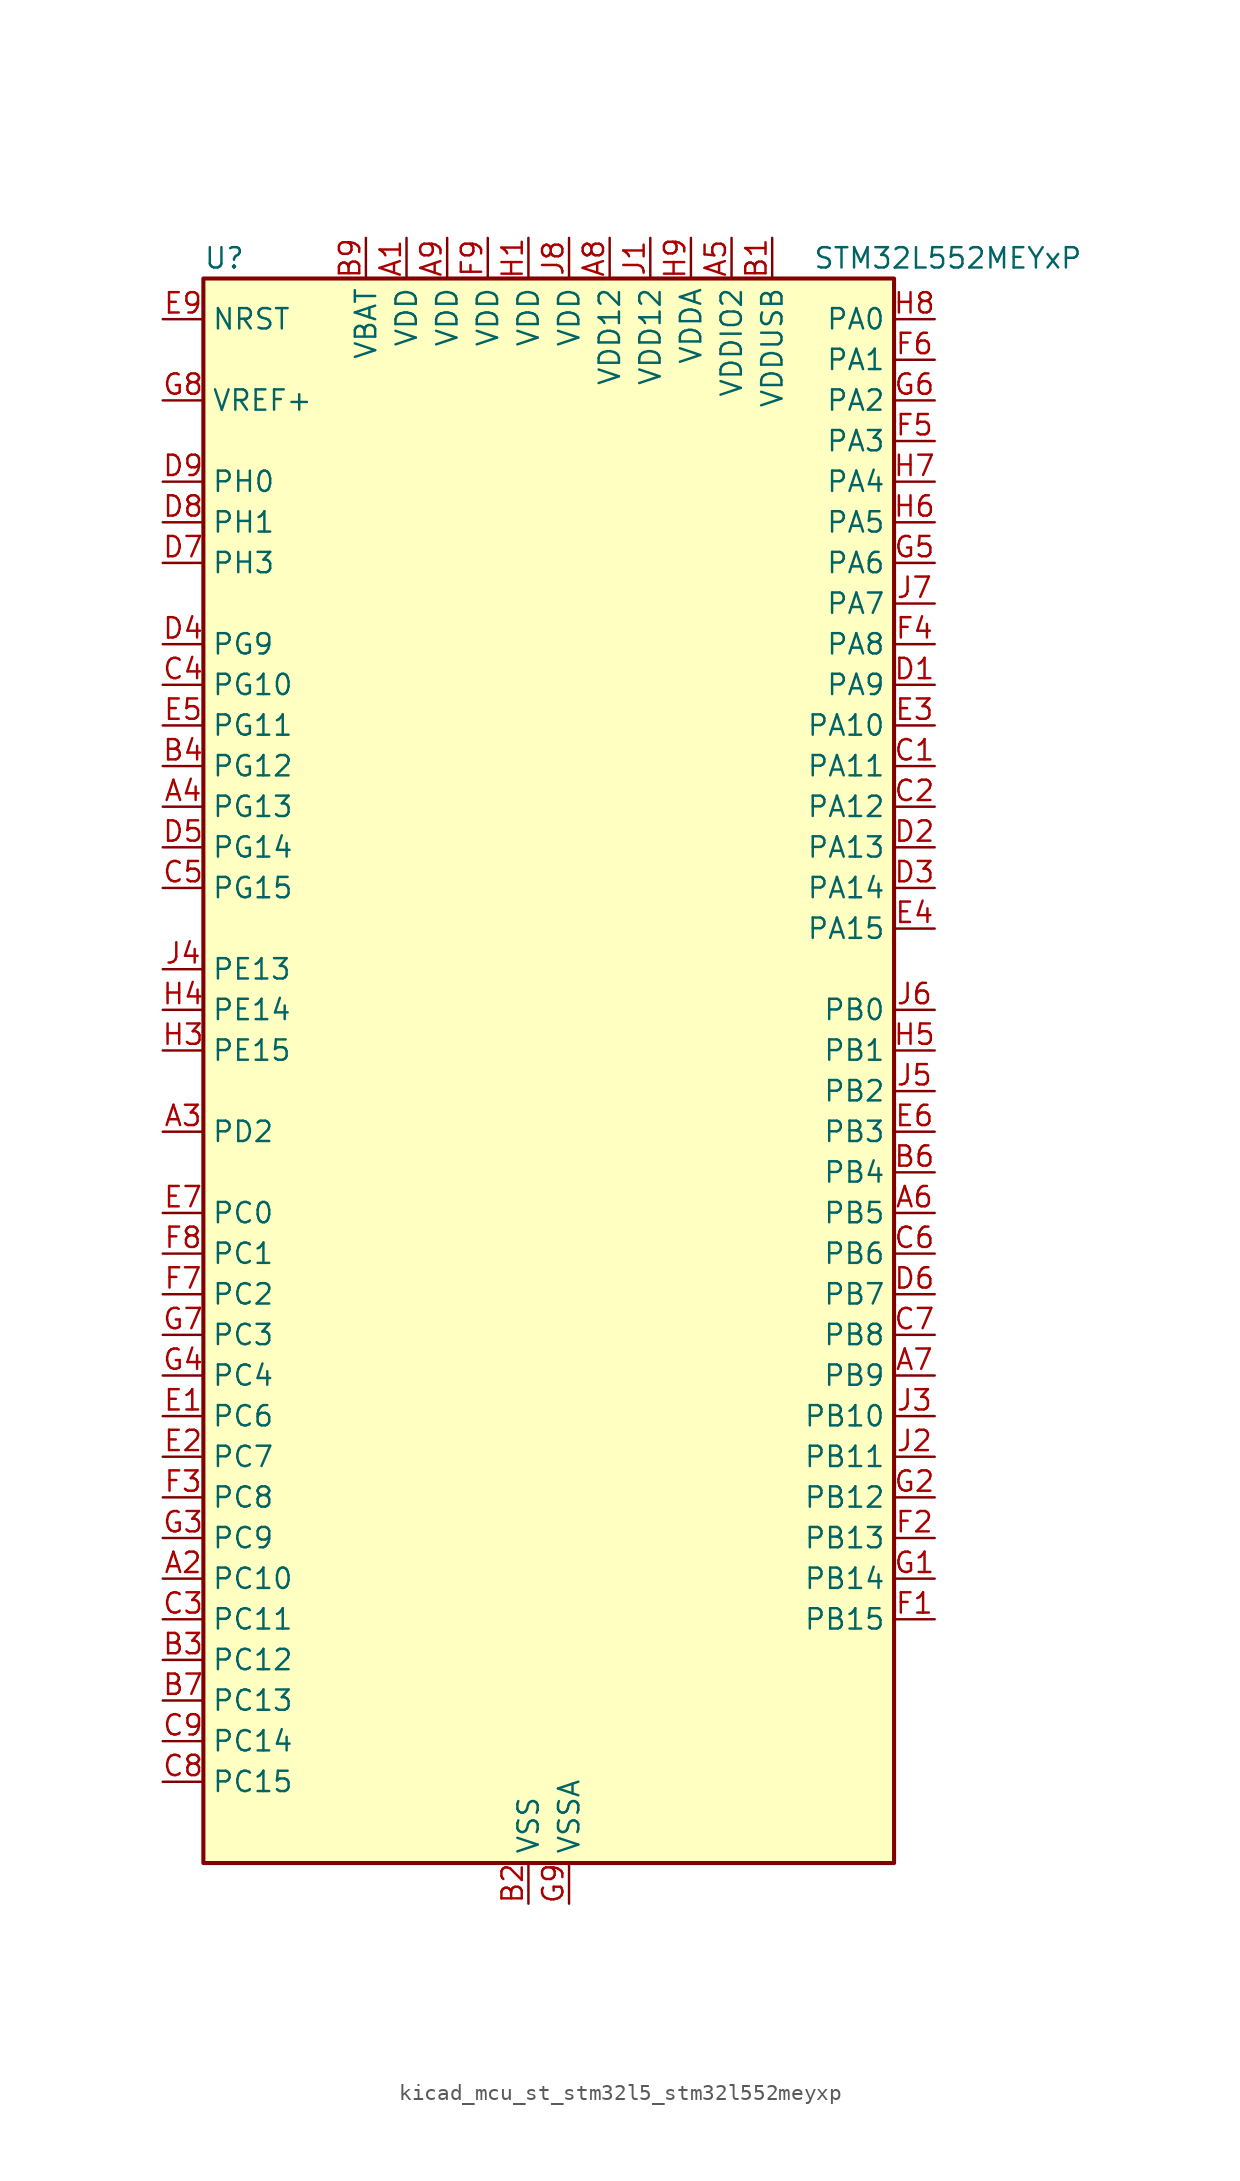
<source format=kicad_sym>
(kicad_symbol_lib
  (version 20220914)
  (generator kicad_symbol_editor)
  (symbol "kicad_mcu_st_stm32l5_stm32l552meyxp"
    (property "Reference" "U"
      (at -20.32 52.07 0)
      (effects (font (size 1.27 1.27)) (justify left)))
    (property "Value" "STM32L552MEYxP"
      (at 17.78 52.07 0)
      (effects (font (size 1.27 1.27)) (justify left)))
    (property "ki_locked" ""
      (at 0 0 0)
      (effects (font (size 1.27 1.27))))
    (symbol "kicad_mcu_st_stm32l5_stm32l552meyxp_0_1"
      (rectangle (start -20.32 -48.26) (end 22.86 50.8) (stroke (width 0.254) (type default)) (fill (type background))))
    (symbol "kicad_mcu_st_stm32l5_stm32l552meyxp_1_1"
      (pin power_in line (at -7.62 53.34 270) (length 2.54) (name "VDD" (effects (font (size 1.27 1.27)))) (number "A1" (effects (font (size 1.27 1.27)))))
      (pin bidirectional line (at -22.86 -30.48 0) (length 2.54) (name "PC10" (effects (font (size 1.27 1.27)))) (number "A2" (effects (font (size 1.27 1.27)))) (alternate "DEBUG_TRACED1" bidirectional line) (alternate "LPTIM3_ETR" bidirectional line) (alternate "SAI2_SCK_B" bidirectional line) (alternate "SDMMC1_D2" bidirectional line) (alternate "SPI3_SCK" bidirectional line) (alternate "TSC_G3_IO2" bidirectional line) (alternate "UART4_TX" bidirectional line) (alternate "USART3_TX" bidirectional line))
      (pin bidirectional line (at -22.86 -2.54 0) (length 2.54) (name "PD2" (effects (font (size 1.27 1.27)))) (number "A3" (effects (font (size 1.27 1.27)))) (alternate "DEBUG_TRACED2" bidirectional line) (alternate "SDMMC1_CMD" bidirectional line) (alternate "TIM3_ETR" bidirectional line) (alternate "TSC_SYNC" bidirectional line) (alternate "UART5_RX" bidirectional line) (alternate "USART3_DE" bidirectional line) (alternate "USART3_RTS" bidirectional line))
      (pin bidirectional line (at -22.86 17.78 0) (length 2.54) (name "PG13" (effects (font (size 1.27 1.27)))) (number "A4" (effects (font (size 1.27 1.27)))) (alternate "I2C1_SDA" bidirectional line) (alternate "USART1_CK" bidirectional line))
      (pin power_in line (at 12.7 53.34 270) (length 2.54) (name "VDDIO2" (effects (font (size 1.27 1.27)))) (number "A5" (effects (font (size 1.27 1.27)))))
      (pin bidirectional line (at 25.4 -7.62 180) (length 2.54) (name "PB5" (effects (font (size 1.27 1.27)))) (number "A6" (effects (font (size 1.27 1.27)))) (alternate "COMP2_OUT" bidirectional line) (alternate "I2C1_SMBA" bidirectional line) (alternate "LPTIM1_IN1" bidirectional line) (alternate "OCTOSPI1_NCLK" bidirectional line) (alternate "SAI1_SD_B" bidirectional line) (alternate "SPI1_MOSI" bidirectional line) (alternate "SPI3_MOSI" bidirectional line) (alternate "TIM16_BKIN" bidirectional line) (alternate "TIM3_CH2" bidirectional line) (alternate "TSC_G2_IO2" bidirectional line) (alternate "UART5_CTS" bidirectional line) (alternate "UCPD1_DBCC1" bidirectional line) (alternate "USART1_CK" bidirectional line))
      (pin bidirectional line (at 25.4 -17.78 180) (length 2.54) (name "PB9" (effects (font (size 1.27 1.27)))) (number "A7" (effects (font (size 1.27 1.27)))) (alternate "DAC1_EXTI9" bidirectional line) (alternate "FDCAN1_TX" bidirectional line) (alternate "I2C1_SDA" bidirectional line) (alternate "IR_OUT" bidirectional line) (alternate "SAI1_D2" bidirectional line) (alternate "SAI1_FS_A" bidirectional line) (alternate "SDMMC1_CDIR" bidirectional line) (alternate "SDMMC1_D5" bidirectional line) (alternate "SPI2_NSS" bidirectional line) (alternate "TIM17_CH1" bidirectional line) (alternate "TIM4_CH4" bidirectional line))
      (pin power_in line (at 5.08 53.34 270) (length 2.54) (name "VDD12" (effects (font (size 1.27 1.27)))) (number "A8" (effects (font (size 1.27 1.27)))))
      (pin power_in line (at -5.08 53.34 270) (length 2.54) (name "VDD" (effects (font (size 1.27 1.27)))) (number "A9" (effects (font (size 1.27 1.27)))))
      (pin power_in line (at 15.24 53.34 270) (length 2.54) (name "VDDUSB" (effects (font (size 1.27 1.27)))) (number "B1" (effects (font (size 1.27 1.27)))))
      (pin power_in line (at 0 -50.8 90) (length 2.54) (name "VSS" (effects (font (size 1.27 1.27)))) (number "B2" (effects (font (size 1.27 1.27)))))
      (pin bidirectional line (at -22.86 -35.56 0) (length 2.54) (name "PC12" (effects (font (size 1.27 1.27)))) (number "B3" (effects (font (size 1.27 1.27)))) (alternate "DEBUG_TRACED3" bidirectional line) (alternate "SAI2_SD_B" bidirectional line) (alternate "SDMMC1_CK" bidirectional line) (alternate "SPI3_MOSI" bidirectional line) (alternate "TSC_G3_IO4" bidirectional line) (alternate "UART5_TX" bidirectional line) (alternate "USART3_CK" bidirectional line))
      (pin bidirectional line (at -22.86 20.32 0) (length 2.54) (name "PG12" (effects (font (size 1.27 1.27)))) (number "B4" (effects (font (size 1.27 1.27)))) (alternate "LPTIM1_ETR" bidirectional line) (alternate "SAI2_SD_A" bidirectional line) (alternate "SPI3_NSS" bidirectional line) (alternate "USART1_DE" bidirectional line) (alternate "USART1_RTS" bidirectional line))
      (pin passive line (at 0 -50.8 90) (length 2.54) hide (name "VSS" (effects (font (size 1.27 1.27)))) (number "B5" (effects (font (size 1.27 1.27)))))
      (pin bidirectional line (at 25.4 -5.08 180) (length 2.54) (name "PB4" (effects (font (size 1.27 1.27)))) (number "B6" (effects (font (size 1.27 1.27)))) (alternate "COMP2_INP" bidirectional line) (alternate "DEBUG_JTRST" bidirectional line) (alternate "I2C3_SDA" bidirectional line) (alternate "SAI1_MCLK_B" bidirectional line) (alternate "SPI1_MISO" bidirectional line) (alternate "SPI3_MISO" bidirectional line) (alternate "TIM17_BKIN" bidirectional line) (alternate "TIM3_CH1" bidirectional line) (alternate "TSC_G2_IO1" bidirectional line) (alternate "UART5_DE" bidirectional line) (alternate "UART5_RTS" bidirectional line) (alternate "USART1_CTS" bidirectional line) (alternate "USART1_NSS" bidirectional line))
      (pin bidirectional line (at -22.86 -38.1 0) (length 2.54) (name "PC13" (effects (font (size 1.27 1.27)))) (number "B7" (effects (font (size 1.27 1.27)))) (alternate "PWR_WKUP2" bidirectional line) (alternate "RTC_OUT1" bidirectional line) (alternate "RTC_TS" bidirectional line) (alternate "TAMP_IN1" bidirectional line) (alternate "TAMP_OUT2" bidirectional line))
      (pin passive line (at 0 -50.8 90) (length 2.54) hide (name "VSS" (effects (font (size 1.27 1.27)))) (number "B8" (effects (font (size 1.27 1.27)))))
      (pin power_in line (at -10.16 53.34 270) (length 2.54) (name "VBAT" (effects (font (size 1.27 1.27)))) (number "B9" (effects (font (size 1.27 1.27)))))
      (pin bidirectional line (at 25.4 20.32 180) (length 2.54) (name "PA11" (effects (font (size 1.27 1.27)))) (number "C1" (effects (font (size 1.27 1.27)))) (alternate "ADC1_EXTI11" bidirectional line) (alternate "ADC2_EXTI11" bidirectional line) (alternate "FDCAN1_RX" bidirectional line) (alternate "SPI1_MISO" bidirectional line) (alternate "TIM1_BKIN2" bidirectional line) (alternate "TIM1_CH4" bidirectional line) (alternate "USART1_CTS" bidirectional line) (alternate "USART1_NSS" bidirectional line) (alternate "USB_DM" bidirectional line))
      (pin bidirectional line (at 25.4 17.78 180) (length 2.54) (name "PA12" (effects (font (size 1.27 1.27)))) (number "C2" (effects (font (size 1.27 1.27)))) (alternate "FDCAN1_TX" bidirectional line) (alternate "SPI1_MOSI" bidirectional line) (alternate "TIM1_ETR" bidirectional line) (alternate "USART1_DE" bidirectional line) (alternate "USART1_RTS" bidirectional line) (alternate "USB_DP" bidirectional line))
      (pin bidirectional line (at -22.86 -33.02 0) (length 2.54) (name "PC11" (effects (font (size 1.27 1.27)))) (number "C3" (effects (font (size 1.27 1.27)))) (alternate "ADC1_EXTI11" bidirectional line) (alternate "ADC2_EXTI11" bidirectional line) (alternate "LPTIM3_IN1" bidirectional line) (alternate "OCTOSPI1_NCS" bidirectional line) (alternate "SAI2_MCLK_B" bidirectional line) (alternate "SDMMC1_D3" bidirectional line) (alternate "SPI3_MISO" bidirectional line) (alternate "TSC_G3_IO3" bidirectional line) (alternate "UART4_RX" bidirectional line) (alternate "UCPD1_FRSTX2" bidirectional line) (alternate "USART3_RX" bidirectional line))
      (pin bidirectional line (at -22.86 25.4 0) (length 2.54) (name "PG10" (effects (font (size 1.27 1.27)))) (number "C4" (effects (font (size 1.27 1.27)))) (alternate "LPTIM1_IN1" bidirectional line) (alternate "SAI2_FS_A" bidirectional line) (alternate "SPI3_MISO" bidirectional line) (alternate "TIM15_CH1" bidirectional line) (alternate "USART1_RX" bidirectional line))
      (pin bidirectional line (at -22.86 12.7 0) (length 2.54) (name "PG15" (effects (font (size 1.27 1.27)))) (number "C5" (effects (font (size 1.27 1.27)))) (alternate "ADC1_EXTI15" bidirectional line) (alternate "ADC2_EXTI15" bidirectional line) (alternate "I2C1_SMBA" bidirectional line) (alternate "LPTIM1_OUT" bidirectional line))
      (pin bidirectional line (at 25.4 -10.16 180) (length 2.54) (name "PB6" (effects (font (size 1.27 1.27)))) (number "C6" (effects (font (size 1.27 1.27)))) (alternate "COMP2_INP" bidirectional line) (alternate "I2C1_SCL" bidirectional line) (alternate "I2C4_SCL" bidirectional line) (alternate "LPTIM1_ETR" bidirectional line) (alternate "SAI1_FS_B" bidirectional line) (alternate "TIM16_CH1N" bidirectional line) (alternate "TIM4_CH1" bidirectional line) (alternate "TIM8_BKIN2" bidirectional line) (alternate "TSC_G2_IO3" bidirectional line) (alternate "USART1_TX" bidirectional line))
      (pin bidirectional line (at 25.4 -15.24 180) (length 2.54) (name "PB8" (effects (font (size 1.27 1.27)))) (number "C7" (effects (font (size 1.27 1.27)))) (alternate "DFSDM1_CKOUT" bidirectional line) (alternate "FDCAN1_RX" bidirectional line) (alternate "I2C1_SCL" bidirectional line) (alternate "SAI1_CK1" bidirectional line) (alternate "SAI1_MCLK_A" bidirectional line) (alternate "SDMMC1_CKIN" bidirectional line) (alternate "SDMMC1_D4" bidirectional line) (alternate "TIM16_CH1" bidirectional line) (alternate "TIM4_CH3" bidirectional line))
      (pin bidirectional line (at -22.86 -43.18 0) (length 2.54) (name "PC15" (effects (font (size 1.27 1.27)))) (number "C8" (effects (font (size 1.27 1.27)))) (alternate "ADC1_EXTI15" bidirectional line) (alternate "ADC2_EXTI15" bidirectional line) (alternate "RCC_OSC32_OUT" bidirectional line))
      (pin bidirectional line (at -22.86 -40.64 0) (length 2.54) (name "PC14" (effects (font (size 1.27 1.27)))) (number "C9" (effects (font (size 1.27 1.27)))) (alternate "RCC_OSC32_IN" bidirectional line))
      (pin bidirectional line (at 25.4 25.4 180) (length 2.54) (name "PA9" (effects (font (size 1.27 1.27)))) (number "D1" (effects (font (size 1.27 1.27)))) (alternate "DAC1_EXTI9" bidirectional line) (alternate "SAI1_FS_A" bidirectional line) (alternate "SPI2_SCK" bidirectional line) (alternate "TIM15_BKIN" bidirectional line) (alternate "TIM1_CH2" bidirectional line) (alternate "USART1_TX" bidirectional line))
      (pin bidirectional line (at 25.4 15.24 180) (length 2.54) (name "PA13" (effects (font (size 1.27 1.27)))) (number "D2" (effects (font (size 1.27 1.27)))) (alternate "DEBUG_JTMS-SWDIO" bidirectional line) (alternate "IR_OUT" bidirectional line) (alternate "SAI1_SD_B" bidirectional line) (alternate "USB_NOE" bidirectional line))
      (pin bidirectional line (at 25.4 12.7 180) (length 2.54) (name "PA14" (effects (font (size 1.27 1.27)))) (number "D3" (effects (font (size 1.27 1.27)))) (alternate "DEBUG_JTCK-SWCLK" bidirectional line) (alternate "I2C1_SMBA" bidirectional line) (alternate "I2C4_SMBA" bidirectional line) (alternate "LPTIM1_OUT" bidirectional line) (alternate "SAI1_FS_B" bidirectional line))
      (pin bidirectional line (at -22.86 27.94 0) (length 2.54) (name "PG9" (effects (font (size 1.27 1.27)))) (number "D4" (effects (font (size 1.27 1.27)))) (alternate "DAC1_EXTI9" bidirectional line) (alternate "SAI2_SCK_A" bidirectional line) (alternate "SPI3_SCK" bidirectional line) (alternate "TIM15_CH1N" bidirectional line) (alternate "USART1_TX" bidirectional line))
      (pin bidirectional line (at -22.86 15.24 0) (length 2.54) (name "PG14" (effects (font (size 1.27 1.27)))) (number "D5" (effects (font (size 1.27 1.27)))) (alternate "I2C1_SCL" bidirectional line))
      (pin bidirectional line (at 25.4 -12.7 180) (length 2.54) (name "PB7" (effects (font (size 1.27 1.27)))) (number "D6" (effects (font (size 1.27 1.27)))) (alternate "COMP2_INM" bidirectional line) (alternate "I2C1_SDA" bidirectional line) (alternate "I2C4_SDA" bidirectional line) (alternate "LPTIM1_IN2" bidirectional line) (alternate "PWR_PVD_IN" bidirectional line) (alternate "TIM17_CH1N" bidirectional line) (alternate "TIM4_CH2" bidirectional line) (alternate "TIM8_BKIN" bidirectional line) (alternate "TSC_G2_IO4" bidirectional line) (alternate "UART4_CTS" bidirectional line) (alternate "USART1_RX" bidirectional line))
      (pin bidirectional line (at -22.86 33.02 0) (length 2.54) (name "PH3" (effects (font (size 1.27 1.27)))) (number "D7" (effects (font (size 1.27 1.27)))))
      (pin bidirectional line (at -22.86 35.56 0) (length 2.54) (name "PH1" (effects (font (size 1.27 1.27)))) (number "D8" (effects (font (size 1.27 1.27)))) (alternate "RCC_OSC_OUT" bidirectional line))
      (pin bidirectional line (at -22.86 38.1 0) (length 2.54) (name "PH0" (effects (font (size 1.27 1.27)))) (number "D9" (effects (font (size 1.27 1.27)))) (alternate "RCC_OSC_IN" bidirectional line))
      (pin bidirectional line (at -22.86 -20.32 0) (length 2.54) (name "PC6" (effects (font (size 1.27 1.27)))) (number "E1" (effects (font (size 1.27 1.27)))) (alternate "DFSDM1_CKIN3" bidirectional line) (alternate "SAI2_MCLK_A" bidirectional line) (alternate "SDMMC1_D0DIR" bidirectional line) (alternate "SDMMC1_D6" bidirectional line) (alternate "TIM3_CH1" bidirectional line) (alternate "TIM8_CH1" bidirectional line) (alternate "TSC_G4_IO1" bidirectional line))
      (pin bidirectional line (at -22.86 -22.86 0) (length 2.54) (name "PC7" (effects (font (size 1.27 1.27)))) (number "E2" (effects (font (size 1.27 1.27)))) (alternate "DFSDM1_DATIN3" bidirectional line) (alternate "SAI2_MCLK_B" bidirectional line) (alternate "SDMMC1_D123DIR" bidirectional line) (alternate "SDMMC1_D7" bidirectional line) (alternate "TIM3_CH2" bidirectional line) (alternate "TIM8_CH2" bidirectional line) (alternate "TSC_G4_IO2" bidirectional line))
      (pin bidirectional line (at 25.4 22.86 180) (length 2.54) (name "PA10" (effects (font (size 1.27 1.27)))) (number "E3" (effects (font (size 1.27 1.27)))) (alternate "CRS_SYNC" bidirectional line) (alternate "SAI1_D1" bidirectional line) (alternate "SAI1_SD_A" bidirectional line) (alternate "TIM17_BKIN" bidirectional line) (alternate "TIM1_CH3" bidirectional line) (alternate "USART1_RX" bidirectional line))
      (pin bidirectional line (at 25.4 10.16 180) (length 2.54) (name "PA15" (effects (font (size 1.27 1.27)))) (number "E4" (effects (font (size 1.27 1.27)))) (alternate "ADC1_EXTI15" bidirectional line) (alternate "ADC2_EXTI15" bidirectional line) (alternate "DEBUG_JTDI" bidirectional line) (alternate "SAI2_FS_B" bidirectional line) (alternate "SPI1_NSS" bidirectional line) (alternate "SPI3_NSS" bidirectional line) (alternate "TIM2_CH1" bidirectional line) (alternate "TIM2_ETR" bidirectional line) (alternate "UART4_DE" bidirectional line) (alternate "UART4_RTS" bidirectional line) (alternate "UCPD1_CC1" bidirectional line) (alternate "USART2_RX" bidirectional line) (alternate "USART3_DE" bidirectional line) (alternate "USART3_RTS" bidirectional line))
      (pin bidirectional line (at -22.86 22.86 0) (length 2.54) (name "PG11" (effects (font (size 1.27 1.27)))) (number "E5" (effects (font (size 1.27 1.27)))) (alternate "ADC1_EXTI11" bidirectional line) (alternate "ADC2_EXTI11" bidirectional line) (alternate "LPTIM1_IN2" bidirectional line) (alternate "OCTOSPI1_IO5" bidirectional line) (alternate "SAI2_MCLK_A" bidirectional line) (alternate "SPI3_MOSI" bidirectional line) (alternate "TIM15_CH2" bidirectional line) (alternate "USART1_CTS" bidirectional line) (alternate "USART1_NSS" bidirectional line))
      (pin bidirectional line (at 25.4 -2.54 180) (length 2.54) (name "PB3" (effects (font (size 1.27 1.27)))) (number "E6" (effects (font (size 1.27 1.27)))) (alternate "COMP2_INM" bidirectional line) (alternate "CRS_SYNC" bidirectional line) (alternate "DEBUG_JTDO-SWO" bidirectional line) (alternate "SAI1_SCK_B" bidirectional line) (alternate "SPI1_SCK" bidirectional line) (alternate "SPI3_SCK" bidirectional line) (alternate "TIM2_CH2" bidirectional line) (alternate "USART1_DE" bidirectional line) (alternate "USART1_RTS" bidirectional line))
      (pin bidirectional line (at -22.86 -7.62 0) (length 2.54) (name "PC0" (effects (font (size 1.27 1.27)))) (number "E7" (effects (font (size 1.27 1.27)))) (alternate "ADC1_IN1" bidirectional line) (alternate "ADC2_IN1" bidirectional line) (alternate "I2C3_SCL" bidirectional line) (alternate "LPTIM1_IN1" bidirectional line) (alternate "LPTIM2_IN1" bidirectional line) (alternate "LPUART1_RX" bidirectional line) (alternate "OCTOSPI1_IO7" bidirectional line) (alternate "SAI2_FS_A" bidirectional line) (alternate "SDMMC1_D5" bidirectional line))
      (pin passive line (at 0 -50.8 90) (length 2.54) hide (name "VSS" (effects (font (size 1.27 1.27)))) (number "E8" (effects (font (size 1.27 1.27)))))
      (pin input line (at -22.86 48.26 0) (length 2.54) (name "NRST" (effects (font (size 1.27 1.27)))) (number "E9" (effects (font (size 1.27 1.27)))))
      (pin bidirectional line (at 25.4 -33.02 180) (length 2.54) (name "PB15" (effects (font (size 1.27 1.27)))) (number "F1" (effects (font (size 1.27 1.27)))) (alternate "ADC1_EXTI15" bidirectional line) (alternate "ADC2_EXTI15" bidirectional line) (alternate "DFSDM1_CKIN2" bidirectional line) (alternate "RTC_REFIN" bidirectional line) (alternate "SAI2_SD_A" bidirectional line) (alternate "SPI2_MOSI" bidirectional line) (alternate "TIM15_CH2" bidirectional line) (alternate "TIM1_CH3N" bidirectional line) (alternate "TIM8_CH3N" bidirectional line) (alternate "UCPD1_CC2" bidirectional line))
      (pin bidirectional line (at 25.4 -27.94 180) (length 2.54) (name "PB13" (effects (font (size 1.27 1.27)))) (number "F2" (effects (font (size 1.27 1.27)))) (alternate "DFSDM1_CKIN1" bidirectional line) (alternate "I2C2_SCL" bidirectional line) (alternate "LPTIM3_IN1" bidirectional line) (alternate "LPUART1_CTS" bidirectional line) (alternate "SAI2_SCK_A" bidirectional line) (alternate "SPI2_SCK" bidirectional line) (alternate "TIM15_CH1N" bidirectional line) (alternate "TIM1_CH1N" bidirectional line) (alternate "TSC_G1_IO2" bidirectional line) (alternate "UCPD1_FRSTX2" bidirectional line) (alternate "USART3_CTS" bidirectional line) (alternate "USART3_NSS" bidirectional line))
      (pin bidirectional line (at -22.86 -25.4 0) (length 2.54) (name "PC8" (effects (font (size 1.27 1.27)))) (number "F3" (effects (font (size 1.27 1.27)))) (alternate "SDMMC1_D0" bidirectional line) (alternate "TIM3_CH3" bidirectional line) (alternate "TIM8_CH3" bidirectional line) (alternate "TSC_G4_IO3" bidirectional line))
      (pin bidirectional line (at 25.4 27.94 180) (length 2.54) (name "PA8" (effects (font (size 1.27 1.27)))) (number "F4" (effects (font (size 1.27 1.27)))) (alternate "LPTIM2_OUT" bidirectional line) (alternate "RCC_MCO" bidirectional line) (alternate "SAI1_CK2" bidirectional line) (alternate "SAI1_SCK_A" bidirectional line) (alternate "TIM1_CH1" bidirectional line) (alternate "USART1_CK" bidirectional line))
      (pin bidirectional line (at 25.4 40.64 180) (length 2.54) (name "PA3" (effects (font (size 1.27 1.27)))) (number "F5" (effects (font (size 1.27 1.27)))) (alternate "ADC1_IN8" bidirectional line) (alternate "ADC2_IN8" bidirectional line) (alternate "LPUART1_RX" bidirectional line) (alternate "OCTOSPI1_CLK" bidirectional line) (alternate "OPAMP1_VOUT" bidirectional line) (alternate "SAI1_CK1" bidirectional line) (alternate "SAI1_MCLK_A" bidirectional line) (alternate "TIM15_CH2" bidirectional line) (alternate "TIM2_CH4" bidirectional line) (alternate "TIM5_CH4" bidirectional line) (alternate "USART2_RX" bidirectional line))
      (pin bidirectional line (at 25.4 45.72 180) (length 2.54) (name "PA1" (effects (font (size 1.27 1.27)))) (number "F6" (effects (font (size 1.27 1.27)))) (alternate "ADC1_IN6" bidirectional line) (alternate "ADC2_IN6" bidirectional line) (alternate "I2C1_SMBA" bidirectional line) (alternate "OCTOSPI1_DQS" bidirectional line) (alternate "OPAMP1_VINM" bidirectional line) (alternate "SPI1_SCK" bidirectional line) (alternate "TAMP_IN5" bidirectional line) (alternate "TAMP_OUT4" bidirectional line) (alternate "TIM15_CH1N" bidirectional line) (alternate "TIM2_CH2" bidirectional line) (alternate "TIM5_CH2" bidirectional line) (alternate "UART4_RX" bidirectional line) (alternate "USART2_DE" bidirectional line) (alternate "USART2_RTS" bidirectional line))
      (pin bidirectional line (at -22.86 -12.7 0) (length 2.54) (name "PC2" (effects (font (size 1.27 1.27)))) (number "F7" (effects (font (size 1.27 1.27)))) (alternate "ADC1_IN3" bidirectional line) (alternate "ADC2_IN3" bidirectional line) (alternate "DFSDM1_CKOUT" bidirectional line) (alternate "LPTIM1_IN2" bidirectional line) (alternate "OCTOSPI1_IO5" bidirectional line) (alternate "SPI2_MISO" bidirectional line))
      (pin bidirectional line (at -22.86 -10.16 0) (length 2.54) (name "PC1" (effects (font (size 1.27 1.27)))) (number "F8" (effects (font (size 1.27 1.27)))) (alternate "ADC1_IN2" bidirectional line) (alternate "ADC2_IN2" bidirectional line) (alternate "DEBUG_TRACED0" bidirectional line) (alternate "I2C3_SDA" bidirectional line) (alternate "LPTIM1_OUT" bidirectional line) (alternate "LPUART1_TX" bidirectional line) (alternate "OCTOSPI1_IO4" bidirectional line) (alternate "SAI1_SD_A" bidirectional line) (alternate "SPI2_MOSI" bidirectional line))
      (pin power_in line (at -2.54 53.34 270) (length 2.54) (name "VDD" (effects (font (size 1.27 1.27)))) (number "F9" (effects (font (size 1.27 1.27)))))
      (pin bidirectional line (at 25.4 -30.48 180) (length 2.54) (name "PB14" (effects (font (size 1.27 1.27)))) (number "G1" (effects (font (size 1.27 1.27)))) (alternate "DFSDM1_DATIN2" bidirectional line) (alternate "I2C2_SDA" bidirectional line) (alternate "LPTIM3_ETR" bidirectional line) (alternate "SAI2_MCLK_A" bidirectional line) (alternate "SPI2_MISO" bidirectional line) (alternate "TIM15_CH1" bidirectional line) (alternate "TIM1_CH2N" bidirectional line) (alternate "TIM8_CH2N" bidirectional line) (alternate "TSC_G1_IO3" bidirectional line) (alternate "UCPD1_DBCC2" bidirectional line) (alternate "USART3_DE" bidirectional line) (alternate "USART3_RTS" bidirectional line))
      (pin bidirectional line (at 25.4 -25.4 180) (length 2.54) (name "PB12" (effects (font (size 1.27 1.27)))) (number "G2" (effects (font (size 1.27 1.27)))) (alternate "DFSDM1_DATIN1" bidirectional line) (alternate "I2C2_SMBA" bidirectional line) (alternate "LPUART1_DE" bidirectional line) (alternate "LPUART1_RTS" bidirectional line) (alternate "OCTOSPI1_NCLK" bidirectional line) (alternate "SAI2_FS_A" bidirectional line) (alternate "SPI2_NSS" bidirectional line) (alternate "TIM15_BKIN" bidirectional line) (alternate "TIM1_BKIN" bidirectional line) (alternate "TSC_G1_IO1" bidirectional line) (alternate "USART3_CK" bidirectional line))
      (pin bidirectional line (at -22.86 -27.94 0) (length 2.54) (name "PC9" (effects (font (size 1.27 1.27)))) (number "G3" (effects (font (size 1.27 1.27)))) (alternate "DAC1_EXTI9" bidirectional line) (alternate "DEBUG_TRACED0" bidirectional line) (alternate "SAI2_EXTCLK" bidirectional line) (alternate "SDMMC1_D1" bidirectional line) (alternate "TIM3_CH4" bidirectional line) (alternate "TIM8_BKIN2" bidirectional line) (alternate "TIM8_CH4" bidirectional line) (alternate "TSC_G4_IO4" bidirectional line) (alternate "USB_NOE" bidirectional line))
      (pin bidirectional line (at -22.86 -17.78 0) (length 2.54) (name "PC4" (effects (font (size 1.27 1.27)))) (number "G4" (effects (font (size 1.27 1.27)))) (alternate "ADC1_IN13" bidirectional line) (alternate "ADC2_IN13" bidirectional line) (alternate "COMP1_INM" bidirectional line) (alternate "OCTOSPI1_IO7" bidirectional line) (alternate "USART3_TX" bidirectional line))
      (pin bidirectional line (at 25.4 33.02 180) (length 2.54) (name "PA6" (effects (font (size 1.27 1.27)))) (number "G5" (effects (font (size 1.27 1.27)))) (alternate "ADC1_IN11" bidirectional line) (alternate "ADC2_IN11" bidirectional line) (alternate "LPUART1_CTS" bidirectional line) (alternate "OCTOSPI1_IO3" bidirectional line) (alternate "OPAMP2_VINP" bidirectional line) (alternate "SPI1_MISO" bidirectional line) (alternate "TIM16_CH1" bidirectional line) (alternate "TIM1_BKIN" bidirectional line) (alternate "TIM3_CH1" bidirectional line) (alternate "TIM8_BKIN" bidirectional line) (alternate "USART3_CTS" bidirectional line) (alternate "USART3_NSS" bidirectional line))
      (pin bidirectional line (at 25.4 43.18 180) (length 2.54) (name "PA2" (effects (font (size 1.27 1.27)))) (number "G6" (effects (font (size 1.27 1.27)))) (alternate "ADC1_IN7" bidirectional line) (alternate "ADC2_IN7" bidirectional line) (alternate "COMP1_INP" bidirectional line) (alternate "LPUART1_TX" bidirectional line) (alternate "OCTOSPI1_NCS" bidirectional line) (alternate "PWR_WKUP4" bidirectional line) (alternate "RCC_LSCO" bidirectional line) (alternate "SAI2_EXTCLK" bidirectional line) (alternate "TIM15_CH1" bidirectional line) (alternate "TIM2_CH3" bidirectional line) (alternate "TIM5_CH3" bidirectional line) (alternate "UCPD1_FRSTX1" bidirectional line) (alternate "USART2_TX" bidirectional line))
      (pin bidirectional line (at -22.86 -15.24 0) (length 2.54) (name "PC3" (effects (font (size 1.27 1.27)))) (number "G7" (effects (font (size 1.27 1.27)))) (alternate "ADC1_IN4" bidirectional line) (alternate "ADC2_IN4" bidirectional line) (alternate "LPTIM1_ETR" bidirectional line) (alternate "LPTIM2_ETR" bidirectional line) (alternate "LPTIM3_OUT" bidirectional line) (alternate "OCTOSPI1_IO6" bidirectional line) (alternate "SAI1_D1" bidirectional line) (alternate "SAI1_SD_A" bidirectional line) (alternate "SPI2_MOSI" bidirectional line))
      (pin input line (at -22.86 43.18 0) (length 2.54) (name "VREF+" (effects (font (size 1.27 1.27)))) (number "G8" (effects (font (size 1.27 1.27)))))
      (pin power_in line (at 2.54 -50.8 90) (length 2.54) (name "VSSA" (effects (font (size 1.27 1.27)))) (number "G9" (effects (font (size 1.27 1.27)))))
      (pin power_in line (at 0 53.34 270) (length 2.54) (name "VDD" (effects (font (size 1.27 1.27)))) (number "H1" (effects (font (size 1.27 1.27)))))
      (pin passive line (at 0 -50.8 90) (length 2.54) hide (name "VSS" (effects (font (size 1.27 1.27)))) (number "H2" (effects (font (size 1.27 1.27)))))
      (pin bidirectional line (at -22.86 2.54 0) (length 2.54) (name "PE15" (effects (font (size 1.27 1.27)))) (number "H3" (effects (font (size 1.27 1.27)))) (alternate "ADC1_EXTI15" bidirectional line) (alternate "ADC2_EXTI15" bidirectional line) (alternate "OCTOSPI1_IO3" bidirectional line) (alternate "SPI1_MOSI" bidirectional line) (alternate "TIM1_BKIN" bidirectional line))
      (pin bidirectional line (at -22.86 5.08 0) (length 2.54) (name "PE14" (effects (font (size 1.27 1.27)))) (number "H4" (effects (font (size 1.27 1.27)))) (alternate "OCTOSPI1_IO2" bidirectional line) (alternate "SPI1_MISO" bidirectional line) (alternate "TIM1_BKIN2" bidirectional line) (alternate "TIM1_CH4" bidirectional line))
      (pin bidirectional line (at 25.4 2.54 180) (length 2.54) (name "PB1" (effects (font (size 1.27 1.27)))) (number "H5" (effects (font (size 1.27 1.27)))) (alternate "ADC1_IN16" bidirectional line) (alternate "ADC2_IN16" bidirectional line) (alternate "COMP1_INM" bidirectional line) (alternate "DFSDM1_DATIN0" bidirectional line) (alternate "LPTIM2_IN1" bidirectional line) (alternate "LPUART1_DE" bidirectional line) (alternate "LPUART1_RTS" bidirectional line) (alternate "OCTOSPI1_IO0" bidirectional line) (alternate "TIM1_CH3N" bidirectional line) (alternate "TIM3_CH4" bidirectional line) (alternate "TIM8_CH3N" bidirectional line) (alternate "USART3_DE" bidirectional line) (alternate "USART3_RTS" bidirectional line))
      (pin bidirectional line (at 25.4 35.56 180) (length 2.54) (name "PA5" (effects (font (size 1.27 1.27)))) (number "H6" (effects (font (size 1.27 1.27)))) (alternate "ADC1_IN10" bidirectional line) (alternate "ADC2_IN10" bidirectional line) (alternate "DAC1_OUT2" bidirectional line) (alternate "LPTIM2_ETR" bidirectional line) (alternate "SPI1_SCK" bidirectional line) (alternate "TIM2_CH1" bidirectional line) (alternate "TIM2_ETR" bidirectional line) (alternate "TIM8_CH1N" bidirectional line))
      (pin bidirectional line (at 25.4 38.1 180) (length 2.54) (name "PA4" (effects (font (size 1.27 1.27)))) (number "H7" (effects (font (size 1.27 1.27)))) (alternate "ADC1_IN9" bidirectional line) (alternate "ADC2_IN9" bidirectional line) (alternate "DAC1_OUT1" bidirectional line) (alternate "LPTIM2_OUT" bidirectional line) (alternate "OCTOSPI1_NCS" bidirectional line) (alternate "SAI1_FS_B" bidirectional line) (alternate "SPI1_NSS" bidirectional line) (alternate "SPI3_NSS" bidirectional line) (alternate "USART2_CK" bidirectional line))
      (pin bidirectional line (at 25.4 48.26 180) (length 2.54) (name "PA0" (effects (font (size 1.27 1.27)))) (number "H8" (effects (font (size 1.27 1.27)))) (alternate "ADC1_IN5" bidirectional line) (alternate "ADC2_IN5" bidirectional line) (alternate "OPAMP1_VINP" bidirectional line) (alternate "PWR_WKUP1" bidirectional line) (alternate "SAI1_EXTCLK" bidirectional line) (alternate "TAMP_IN2" bidirectional line) (alternate "TAMP_OUT1" bidirectional line) (alternate "TIM2_CH1" bidirectional line) (alternate "TIM2_ETR" bidirectional line) (alternate "TIM5_CH1" bidirectional line) (alternate "TIM8_ETR" bidirectional line) (alternate "UART4_TX" bidirectional line) (alternate "USART2_CTS" bidirectional line) (alternate "USART2_NSS" bidirectional line))
      (pin power_in line (at 10.16 53.34 270) (length 2.54) (name "VDDA" (effects (font (size 1.27 1.27)))) (number "H9" (effects (font (size 1.27 1.27)))))
      (pin power_in line (at 7.62 53.34 270) (length 2.54) (name "VDD12" (effects (font (size 1.27 1.27)))) (number "J1" (effects (font (size 1.27 1.27)))))
      (pin bidirectional line (at 25.4 -22.86 180) (length 2.54) (name "PB11" (effects (font (size 1.27 1.27)))) (number "J2" (effects (font (size 1.27 1.27)))) (alternate "ADC1_EXTI11" bidirectional line) (alternate "ADC2_EXTI11" bidirectional line) (alternate "COMP2_OUT" bidirectional line) (alternate "I2C2_SDA" bidirectional line) (alternate "I2C4_SDA" bidirectional line) (alternate "LPUART1_TX" bidirectional line) (alternate "OCTOSPI1_NCS" bidirectional line) (alternate "TIM2_CH4" bidirectional line) (alternate "USART3_RX" bidirectional line))
      (pin bidirectional line (at 25.4 -20.32 180) (length 2.54) (name "PB10" (effects (font (size 1.27 1.27)))) (number "J3" (effects (font (size 1.27 1.27)))) (alternate "COMP1_OUT" bidirectional line) (alternate "I2C2_SCL" bidirectional line) (alternate "I2C4_SCL" bidirectional line) (alternate "LPTIM3_OUT" bidirectional line) (alternate "LPUART1_RX" bidirectional line) (alternate "OCTOSPI1_CLK" bidirectional line) (alternate "SAI1_SCK_A" bidirectional line) (alternate "SPI2_SCK" bidirectional line) (alternate "TIM2_CH3" bidirectional line) (alternate "TSC_SYNC" bidirectional line) (alternate "USART3_TX" bidirectional line))
      (pin bidirectional line (at -22.86 7.62 0) (length 2.54) (name "PE13" (effects (font (size 1.27 1.27)))) (number "J4" (effects (font (size 1.27 1.27)))) (alternate "OCTOSPI1_IO1" bidirectional line) (alternate "SPI1_SCK" bidirectional line) (alternate "TIM1_CH3" bidirectional line) (alternate "TSC_G5_IO4" bidirectional line))
      (pin bidirectional line (at 25.4 0 180) (length 2.54) (name "PB2" (effects (font (size 1.27 1.27)))) (number "J5" (effects (font (size 1.27 1.27)))) (alternate "COMP1_INP" bidirectional line) (alternate "DFSDM1_CKIN0" bidirectional line) (alternate "I2C3_SMBA" bidirectional line) (alternate "LPTIM1_OUT" bidirectional line) (alternate "OCTOSPI1_DQS" bidirectional line) (alternate "RTC_OUT2" bidirectional line) (alternate "UCPD1_FRSTX1" bidirectional line))
      (pin bidirectional line (at 25.4 5.08 180) (length 2.54) (name "PB0" (effects (font (size 1.27 1.27)))) (number "J6" (effects (font (size 1.27 1.27)))) (alternate "ADC1_IN15" bidirectional line) (alternate "ADC2_IN15" bidirectional line) (alternate "COMP1_OUT" bidirectional line) (alternate "OCTOSPI1_IO1" bidirectional line) (alternate "OPAMP2_VOUT" bidirectional line) (alternate "SAI1_EXTCLK" bidirectional line) (alternate "SPI1_NSS" bidirectional line) (alternate "TIM1_CH2N" bidirectional line) (alternate "TIM3_CH3" bidirectional line) (alternate "TIM8_CH2N" bidirectional line) (alternate "USART3_CK" bidirectional line))
      (pin bidirectional line (at 25.4 30.48 180) (length 2.54) (name "PA7" (effects (font (size 1.27 1.27)))) (number "J7" (effects (font (size 1.27 1.27)))) (alternate "ADC1_IN12" bidirectional line) (alternate "ADC2_IN12" bidirectional line) (alternate "I2C3_SCL" bidirectional line) (alternate "OCTOSPI1_IO2" bidirectional line) (alternate "OPAMP2_VINM" bidirectional line) (alternate "SPI1_MOSI" bidirectional line) (alternate "TIM17_CH1" bidirectional line) (alternate "TIM1_CH1N" bidirectional line) (alternate "TIM3_CH2" bidirectional line) (alternate "TIM8_CH1N" bidirectional line))
      (pin power_in line (at 2.54 53.34 270) (length 2.54) (name "VDD" (effects (font (size 1.27 1.27)))) (number "J8" (effects (font (size 1.27 1.27)))))
      (pin passive line (at 0 -50.8 90) (length 2.54) hide (name "VSS" (effects (font (size 1.27 1.27)))) (number "J9" (effects (font (size 1.27 1.27))))))))
</source>
